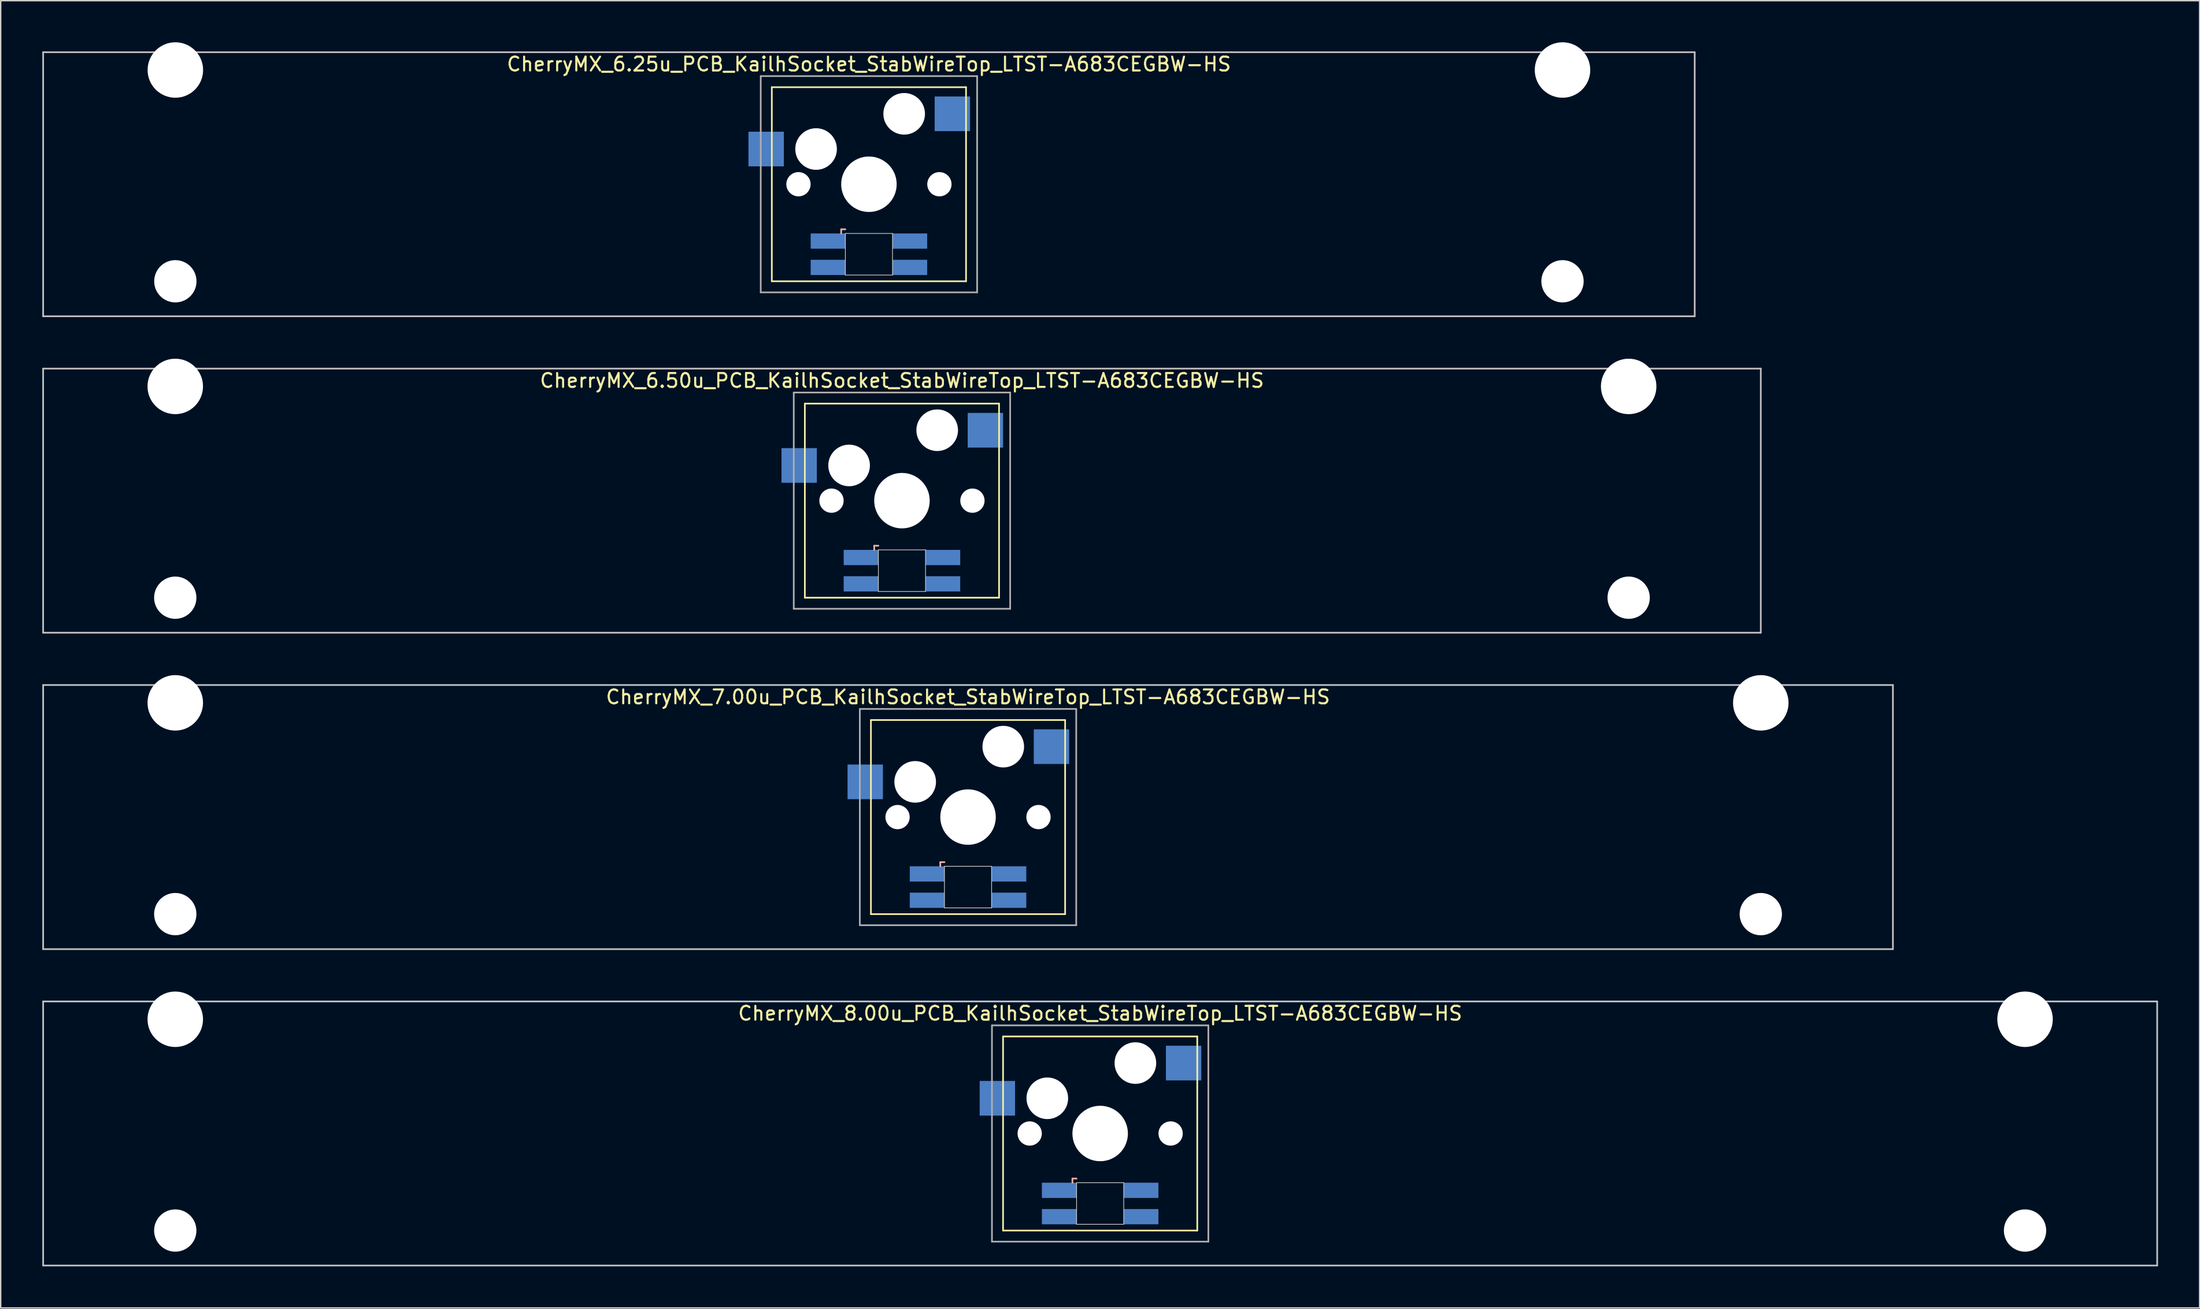
<source format=kicad_pcb>
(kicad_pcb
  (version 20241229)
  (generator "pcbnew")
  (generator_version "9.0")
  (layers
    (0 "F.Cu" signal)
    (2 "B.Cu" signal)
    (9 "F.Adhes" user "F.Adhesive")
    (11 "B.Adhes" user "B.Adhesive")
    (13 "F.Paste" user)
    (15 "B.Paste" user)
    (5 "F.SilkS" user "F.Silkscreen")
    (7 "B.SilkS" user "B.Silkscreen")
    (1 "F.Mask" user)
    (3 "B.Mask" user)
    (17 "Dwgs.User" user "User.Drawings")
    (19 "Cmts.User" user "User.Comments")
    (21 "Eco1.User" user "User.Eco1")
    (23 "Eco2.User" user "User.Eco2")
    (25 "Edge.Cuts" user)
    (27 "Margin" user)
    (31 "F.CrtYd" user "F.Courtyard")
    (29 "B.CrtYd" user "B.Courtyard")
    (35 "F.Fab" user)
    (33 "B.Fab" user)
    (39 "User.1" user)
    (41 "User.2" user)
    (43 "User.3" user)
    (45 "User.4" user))
  (footprint "CherryMX_6.50u_PCB_KailhSocket_StabWireTop_LTST-A683CEGBW-HS"
    (layer "F.Cu")
    (at 61.972 33.065)
    (property "Reference" "CherryMX_6.50u_PCB_KailhSocket_StabWireTop_LTST-A683CEGBW-HS" (at 0 -8.662 0) (layer "F.SilkS") (effects (font (size 1 1) (thickness 0.15))))
    (attr through_hole)
    (fp_line (start -7 -7) (end -7 7) (stroke (width 0.12) (type solid)) (layer "F.SilkS"))
    (fp_line (start -7 -7) (end 7 -7) (stroke (width 0.12) (type solid)) (layer "F.SilkS"))
    (fp_line (start 7 -7) (end 7 7) (stroke (width 0.12) (type solid)) (layer "F.SilkS"))
    (fp_line (start 7 7) (end -7 7) (stroke (width 0.12) (type solid)) (layer "F.SilkS"))
    (fp_line (start -2 3.25) (end -2 3.55) (stroke (width 0.12) (type solid)) (layer "B.SilkS"))
    (fp_line (start -1.7 3.25) (end -2 3.25) (stroke (width 0.12) (type solid)) (layer "B.SilkS"))
    (fp_line (start -61.913 -9.525) (end 61.913 -9.525) (stroke (width 0.12) (type solid)) (layer "Dwgs.User"))
    (fp_line (start -61.913 9.525) (end -61.913 -9.525) (stroke (width 0.12) (type solid)) (layer "Dwgs.User"))
    (fp_line (start 61.913 -9.525) (end 61.913 9.525) (stroke (width 0.12) (type solid)) (layer "Dwgs.User"))
    (fp_line (start 61.913 9.525) (end -61.913 9.525) (stroke (width 0.12) (type solid)) (layer "Dwgs.User"))
    (fp_line (start -1.7 3.55) (end 1.7 3.55) (stroke (width 0.05) (type solid)) (layer "Edge.Cuts"))
    (fp_line (start -1.7 6.55) (end -1.7 3.55) (stroke (width 0.05) (type solid)) (layer "Edge.Cuts"))
    (fp_line (start 1.7 3.55) (end 1.7 6.55) (stroke (width 0.05) (type solid)) (layer "Edge.Cuts"))
    (fp_line (start 1.7 6.55) (end -1.7 6.55) (stroke (width 0.05) (type solid)) (layer "Edge.Cuts"))
    (fp_line (start -7.8 -7.8) (end -7.8 7.8) (stroke (width 0.12) (type solid)) (layer "F.Fab"))
    (fp_line (start -7.8 -7.8) (end 7.8 -7.8) (stroke (width 0.12) (type solid)) (layer "F.Fab"))
    (fp_line (start -7.8 7.8) (end 7.8 7.8) (stroke (width 0.12) (type solid)) (layer "F.Fab"))
    (fp_line (start 7.8 -7.8) (end 7.8 7.8) (stroke (width 0.12) (type solid)) (layer "F.Fab"))
    (pad "" np_thru_hole circle (at -52.388 -8.24) (size 4 4) (drill 4) (layers "*.Cu" "*.Mask"))
    (pad "" np_thru_hole circle (at -52.388 7) (size 3.05 3.05) (drill 3.05) (layers "*.Cu" "*.Mask"))
    (pad "" np_thru_hole circle (at -5.08 0) (size 1.75 1.75) (drill 1.75) (layers "*.Cu" "*.Mask"))
    (pad "" np_thru_hole circle (at -3.81 -2.54) (size 3 3) (drill 3) (layers "*.Cu" "*.Mask"))
    (pad "" np_thru_hole circle (at 0 0) (size 4 4) (drill 4) (layers "*.Cu" "*.Mask"))
    (pad "" np_thru_hole circle (at 2.54 -5.08) (size 3 3) (drill 3) (layers "*.Cu" "*.Mask"))
    (pad "" np_thru_hole circle (at 5.08 0) (size 1.75 1.75) (drill 1.75) (layers "*.Cu" "*.Mask"))
    (pad "" np_thru_hole circle (at 52.388 -8.24) (size 4 4) (drill 4) (layers "*.Cu" "*.Mask"))
    (pad "" np_thru_hole circle (at 52.388 7) (size 3.05 3.05) (drill 3.05) (layers "*.Cu" "*.Mask"))
    (pad "1" smd rect (at -7.41 -2.54) (size 2.55 2.5) (layers "B.Cu" "B.Mask" "B.Paste"))
    (pad "2" smd rect (at 6.015 -5.08) (size 2.55 2.5) (layers "B.Cu" "B.Mask" "B.Paste"))
    (pad "3" smd rect (at -2.95 4.1) (size 2.5 1.1) (layers "B.Cu" "B.Mask" "B.Paste"))
    (pad "4" smd rect (at -2.95 6) (size 2.5 1.1) (layers "B.Cu" "B.Mask" "B.Paste"))
    (pad "5" smd rect (at 2.95 4.1) (size 2.5 1.1) (layers "B.Cu" "B.Mask" "B.Paste"))
    (pad "6" smd rect (at 2.95 6) (size 2.5 1.1) (layers "B.Cu" "B.Mask" "B.Paste")))
  (footprint "CherryMX_6.25u_PCB_KailhSocket_StabWireTop_LTST-A683CEGBW-HS"
    (layer "F.Cu")
    (at 59.591 10.24)
    (property "Reference" "CherryMX_6.25u_PCB_KailhSocket_StabWireTop_LTST-A683CEGBW-HS" (at 0 -8.662 0) (layer "F.SilkS") (effects (font (size 1 1) (thickness 0.15))))
    (attr through_hole)
    (fp_line (start -7 -7) (end -7 7) (stroke (width 0.12) (type solid)) (layer "F.SilkS"))
    (fp_line (start -7 -7) (end 7 -7) (stroke (width 0.12) (type solid)) (layer "F.SilkS"))
    (fp_line (start 7 -7) (end 7 7) (stroke (width 0.12) (type solid)) (layer "F.SilkS"))
    (fp_line (start 7 7) (end -7 7) (stroke (width 0.12) (type solid)) (layer "F.SilkS"))
    (fp_line (start -2 3.25) (end -2 3.55) (stroke (width 0.12) (type solid)) (layer "B.SilkS"))
    (fp_line (start -1.7 3.25) (end -2 3.25) (stroke (width 0.12) (type solid)) (layer "B.SilkS"))
    (fp_line (start -59.531 -9.525) (end 59.531 -9.525) (stroke (width 0.12) (type solid)) (layer "Dwgs.User"))
    (fp_line (start -59.531 9.525) (end -59.531 -9.525) (stroke (width 0.12) (type solid)) (layer "Dwgs.User"))
    (fp_line (start 59.531 -9.525) (end 59.531 9.525) (stroke (width 0.12) (type solid)) (layer "Dwgs.User"))
    (fp_line (start 59.531 9.525) (end -59.531 9.525) (stroke (width 0.12) (type solid)) (layer "Dwgs.User"))
    (fp_line (start -1.7 3.55) (end 1.7 3.55) (stroke (width 0.05) (type solid)) (layer "Edge.Cuts"))
    (fp_line (start -1.7 6.55) (end -1.7 3.55) (stroke (width 0.05) (type solid)) (layer "Edge.Cuts"))
    (fp_line (start 1.7 3.55) (end 1.7 6.55) (stroke (width 0.05) (type solid)) (layer "Edge.Cuts"))
    (fp_line (start 1.7 6.55) (end -1.7 6.55) (stroke (width 0.05) (type solid)) (layer "Edge.Cuts"))
    (fp_line (start -7.8 -7.8) (end -7.8 7.8) (stroke (width 0.12) (type solid)) (layer "F.Fab"))
    (fp_line (start -7.8 -7.8) (end 7.8 -7.8) (stroke (width 0.12) (type solid)) (layer "F.Fab"))
    (fp_line (start -7.8 7.8) (end 7.8 7.8) (stroke (width 0.12) (type solid)) (layer "F.Fab"))
    (fp_line (start 7.8 -7.8) (end 7.8 7.8) (stroke (width 0.12) (type solid)) (layer "F.Fab"))
    (pad "" np_thru_hole circle (at -50 -8.24) (size 4 4) (drill 4) (layers "*.Cu" "*.Mask"))
    (pad "" np_thru_hole circle (at -50 7) (size 3.05 3.05) (drill 3.05) (layers "*.Cu" "*.Mask"))
    (pad "" np_thru_hole circle (at -5.08 0) (size 1.75 1.75) (drill 1.75) (layers "*.Cu" "*.Mask"))
    (pad "" np_thru_hole circle (at -3.81 -2.54) (size 3 3) (drill 3) (layers "*.Cu" "*.Mask"))
    (pad "" np_thru_hole circle (at 0 0) (size 4 4) (drill 4) (layers "*.Cu" "*.Mask"))
    (pad "" np_thru_hole circle (at 2.54 -5.08) (size 3 3) (drill 3) (layers "*.Cu" "*.Mask"))
    (pad "" np_thru_hole circle (at 5.08 0) (size 1.75 1.75) (drill 1.75) (layers "*.Cu" "*.Mask"))
    (pad "" np_thru_hole circle (at 50 -8.24) (size 4 4) (drill 4) (layers "*.Cu" "*.Mask"))
    (pad "" np_thru_hole circle (at 50 7) (size 3.05 3.05) (drill 3.05) (layers "*.Cu" "*.Mask"))
    (pad "1" smd rect (at -7.41 -2.54) (size 2.55 2.5) (layers "B.Cu" "B.Mask" "B.Paste"))
    (pad "2" smd rect (at 6.015 -5.08) (size 2.55 2.5) (layers "B.Cu" "B.Mask" "B.Paste"))
    (pad "3" smd rect (at -2.95 4.1) (size 2.5 1.1) (layers "B.Cu" "B.Mask" "B.Paste"))
    (pad "4" smd rect (at -2.95 6) (size 2.5 1.1) (layers "B.Cu" "B.Mask" "B.Paste"))
    (pad "5" smd rect (at 2.95 4.1) (size 2.5 1.1) (layers "B.Cu" "B.Mask" "B.Paste"))
    (pad "6" smd rect (at 2.95 6) (size 2.5 1.1) (layers "B.Cu" "B.Mask" "B.Paste")))
  (footprint "CherryMX_8.00u_PCB_KailhSocket_StabWireTop_LTST-A683CEGBW-HS"
    (layer "F.Cu")
    (at 76.26 78.715)
    (property "Reference" "CherryMX_8.00u_PCB_KailhSocket_StabWireTop_LTST-A683CEGBW-HS" (at 0 -8.662 0) (layer "F.SilkS") (effects (font (size 1 1) (thickness 0.15))))
    (attr through_hole)
    (fp_line (start -7 -7) (end -7 7) (stroke (width 0.12) (type solid)) (layer "F.SilkS"))
    (fp_line (start -7 -7) (end 7 -7) (stroke (width 0.12) (type solid)) (layer "F.SilkS"))
    (fp_line (start 7 -7) (end 7 7) (stroke (width 0.12) (type solid)) (layer "F.SilkS"))
    (fp_line (start 7 7) (end -7 7) (stroke (width 0.12) (type solid)) (layer "F.SilkS"))
    (fp_line (start -2 3.25) (end -2 3.55) (stroke (width 0.12) (type solid)) (layer "B.SilkS"))
    (fp_line (start -1.7 3.25) (end -2 3.25) (stroke (width 0.12) (type solid)) (layer "B.SilkS"))
    (fp_line (start -76.2 -9.525) (end 76.2 -9.525) (stroke (width 0.12) (type solid)) (layer "Dwgs.User"))
    (fp_line (start -76.2 9.525) (end -76.2 -9.525) (stroke (width 0.12) (type solid)) (layer "Dwgs.User"))
    (fp_line (start 76.2 -9.525) (end 76.2 9.525) (stroke (width 0.12) (type solid)) (layer "Dwgs.User"))
    (fp_line (start 76.2 9.525) (end -76.2 9.525) (stroke (width 0.12) (type solid)) (layer "Dwgs.User"))
    (fp_line (start -1.7 3.55) (end 1.7 3.55) (stroke (width 0.05) (type solid)) (layer "Edge.Cuts"))
    (fp_line (start -1.7 6.55) (end -1.7 3.55) (stroke (width 0.05) (type solid)) (layer "Edge.Cuts"))
    (fp_line (start 1.7 3.55) (end 1.7 6.55) (stroke (width 0.05) (type solid)) (layer "Edge.Cuts"))
    (fp_line (start 1.7 6.55) (end -1.7 6.55) (stroke (width 0.05) (type solid)) (layer "Edge.Cuts"))
    (fp_line (start -7.8 -7.8) (end -7.8 7.8) (stroke (width 0.12) (type solid)) (layer "F.Fab"))
    (fp_line (start -7.8 -7.8) (end 7.8 -7.8) (stroke (width 0.12) (type solid)) (layer "F.Fab"))
    (fp_line (start -7.8 7.8) (end 7.8 7.8) (stroke (width 0.12) (type solid)) (layer "F.Fab"))
    (fp_line (start 7.8 -7.8) (end 7.8 7.8) (stroke (width 0.12) (type solid)) (layer "F.Fab"))
    (pad "" np_thru_hole circle (at -66.675 -8.24) (size 4 4) (drill 4) (layers "*.Cu" "*.Mask"))
    (pad "" np_thru_hole circle (at -66.675 7) (size 3.05 3.05) (drill 3.05) (layers "*.Cu" "*.Mask"))
    (pad "" np_thru_hole circle (at -5.08 0) (size 1.75 1.75) (drill 1.75) (layers "*.Cu" "*.Mask"))
    (pad "" np_thru_hole circle (at -3.81 -2.54) (size 3 3) (drill 3) (layers "*.Cu" "*.Mask"))
    (pad "" np_thru_hole circle (at 0 0) (size 4 4) (drill 4) (layers "*.Cu" "*.Mask"))
    (pad "" np_thru_hole circle (at 2.54 -5.08) (size 3 3) (drill 3) (layers "*.Cu" "*.Mask"))
    (pad "" np_thru_hole circle (at 5.08 0) (size 1.75 1.75) (drill 1.75) (layers "*.Cu" "*.Mask"))
    (pad "" np_thru_hole circle (at 66.675 -8.24) (size 4 4) (drill 4) (layers "*.Cu" "*.Mask"))
    (pad "" np_thru_hole circle (at 66.675 7) (size 3.05 3.05) (drill 3.05) (layers "*.Cu" "*.Mask"))
    (pad "1" smd rect (at -7.41 -2.54) (size 2.55 2.5) (layers "B.Cu" "B.Mask" "B.Paste"))
    (pad "2" smd rect (at 6.015 -5.08) (size 2.55 2.5) (layers "B.Cu" "B.Mask" "B.Paste"))
    (pad "3" smd rect (at -2.95 4.1) (size 2.5 1.1) (layers "B.Cu" "B.Mask" "B.Paste"))
    (pad "4" smd rect (at -2.95 6) (size 2.5 1.1) (layers "B.Cu" "B.Mask" "B.Paste"))
    (pad "5" smd rect (at 2.95 4.1) (size 2.5 1.1) (layers "B.Cu" "B.Mask" "B.Paste"))
    (pad "6" smd rect (at 2.95 6) (size 2.5 1.1) (layers "B.Cu" "B.Mask" "B.Paste")))
  (footprint "CherryMX_7.00u_PCB_KailhSocket_StabWireTop_LTST-A683CEGBW-HS"
    (layer "F.Cu")
    (at 66.735 55.89)
    (property "Reference" "CherryMX_7.00u_PCB_KailhSocket_StabWireTop_LTST-A683CEGBW-HS" (at 0 -8.662 0) (layer "F.SilkS") (effects (font (size 1 1) (thickness 0.15))))
    (attr through_hole)
    (fp_line (start -7 -7) (end -7 7) (stroke (width 0.12) (type solid)) (layer "F.SilkS"))
    (fp_line (start -7 -7) (end 7 -7) (stroke (width 0.12) (type solid)) (layer "F.SilkS"))
    (fp_line (start 7 -7) (end 7 7) (stroke (width 0.12) (type solid)) (layer "F.SilkS"))
    (fp_line (start 7 7) (end -7 7) (stroke (width 0.12) (type solid)) (layer "F.SilkS"))
    (fp_line (start -2 3.25) (end -2 3.55) (stroke (width 0.12) (type solid)) (layer "B.SilkS"))
    (fp_line (start -1.7 3.25) (end -2 3.25) (stroke (width 0.12) (type solid)) (layer "B.SilkS"))
    (fp_line (start -66.675 -9.525) (end 66.675 -9.525) (stroke (width 0.12) (type solid)) (layer "Dwgs.User"))
    (fp_line (start -66.675 9.525) (end -66.675 -9.525) (stroke (width 0.12) (type solid)) (layer "Dwgs.User"))
    (fp_line (start 66.675 -9.525) (end 66.675 9.525) (stroke (width 0.12) (type solid)) (layer "Dwgs.User"))
    (fp_line (start 66.675 9.525) (end -66.675 9.525) (stroke (width 0.12) (type solid)) (layer "Dwgs.User"))
    (fp_line (start -1.7 3.55) (end 1.7 3.55) (stroke (width 0.05) (type solid)) (layer "Edge.Cuts"))
    (fp_line (start -1.7 6.55) (end -1.7 3.55) (stroke (width 0.05) (type solid)) (layer "Edge.Cuts"))
    (fp_line (start 1.7 3.55) (end 1.7 6.55) (stroke (width 0.05) (type solid)) (layer "Edge.Cuts"))
    (fp_line (start 1.7 6.55) (end -1.7 6.55) (stroke (width 0.05) (type solid)) (layer "Edge.Cuts"))
    (fp_line (start -7.8 -7.8) (end -7.8 7.8) (stroke (width 0.12) (type solid)) (layer "F.Fab"))
    (fp_line (start -7.8 -7.8) (end 7.8 -7.8) (stroke (width 0.12) (type solid)) (layer "F.Fab"))
    (fp_line (start -7.8 7.8) (end 7.8 7.8) (stroke (width 0.12) (type solid)) (layer "F.Fab"))
    (fp_line (start 7.8 -7.8) (end 7.8 7.8) (stroke (width 0.12) (type solid)) (layer "F.Fab"))
    (pad "" np_thru_hole circle (at -57.15 -8.24) (size 4 4) (drill 4) (layers "*.Cu" "*.Mask"))
    (pad "" np_thru_hole circle (at -57.15 7) (size 3.05 3.05) (drill 3.05) (layers "*.Cu" "*.Mask"))
    (pad "" np_thru_hole circle (at -5.08 0) (size 1.75 1.75) (drill 1.75) (layers "*.Cu" "*.Mask"))
    (pad "" np_thru_hole circle (at -3.81 -2.54) (size 3 3) (drill 3) (layers "*.Cu" "*.Mask"))
    (pad "" np_thru_hole circle (at 0 0) (size 4 4) (drill 4) (layers "*.Cu" "*.Mask"))
    (pad "" np_thru_hole circle (at 2.54 -5.08) (size 3 3) (drill 3) (layers "*.Cu" "*.Mask"))
    (pad "" np_thru_hole circle (at 5.08 0) (size 1.75 1.75) (drill 1.75) (layers "*.Cu" "*.Mask"))
    (pad "" np_thru_hole circle (at 57.15 -8.24) (size 4 4) (drill 4) (layers "*.Cu" "*.Mask"))
    (pad "" np_thru_hole circle (at 57.15 7) (size 3.05 3.05) (drill 3.05) (layers "*.Cu" "*.Mask"))
    (pad "1" smd rect (at -7.41 -2.54) (size 2.55 2.5) (layers "B.Cu" "B.Mask" "B.Paste"))
    (pad "2" smd rect (at 6.015 -5.08) (size 2.55 2.5) (layers "B.Cu" "B.Mask" "B.Paste"))
    (pad "3" smd rect (at -2.95 4.1) (size 2.5 1.1) (layers "B.Cu" "B.Mask" "B.Paste"))
    (pad "4" smd rect (at -2.95 6) (size 2.5 1.1) (layers "B.Cu" "B.Mask" "B.Paste"))
    (pad "5" smd rect (at 2.95 4.1) (size 2.5 1.1) (layers "B.Cu" "B.Mask" "B.Paste"))
    (pad "6" smd rect (at 2.95 6) (size 2.5 1.1) (layers "B.Cu" "B.Mask" "B.Paste")))
  (gr_rect
    (start -3 -3)
    (end 155.52 91.3)
    (stroke (width 0.1) (type default))
    (fill no)
    (layer "Edge.Cuts")))
</source>
